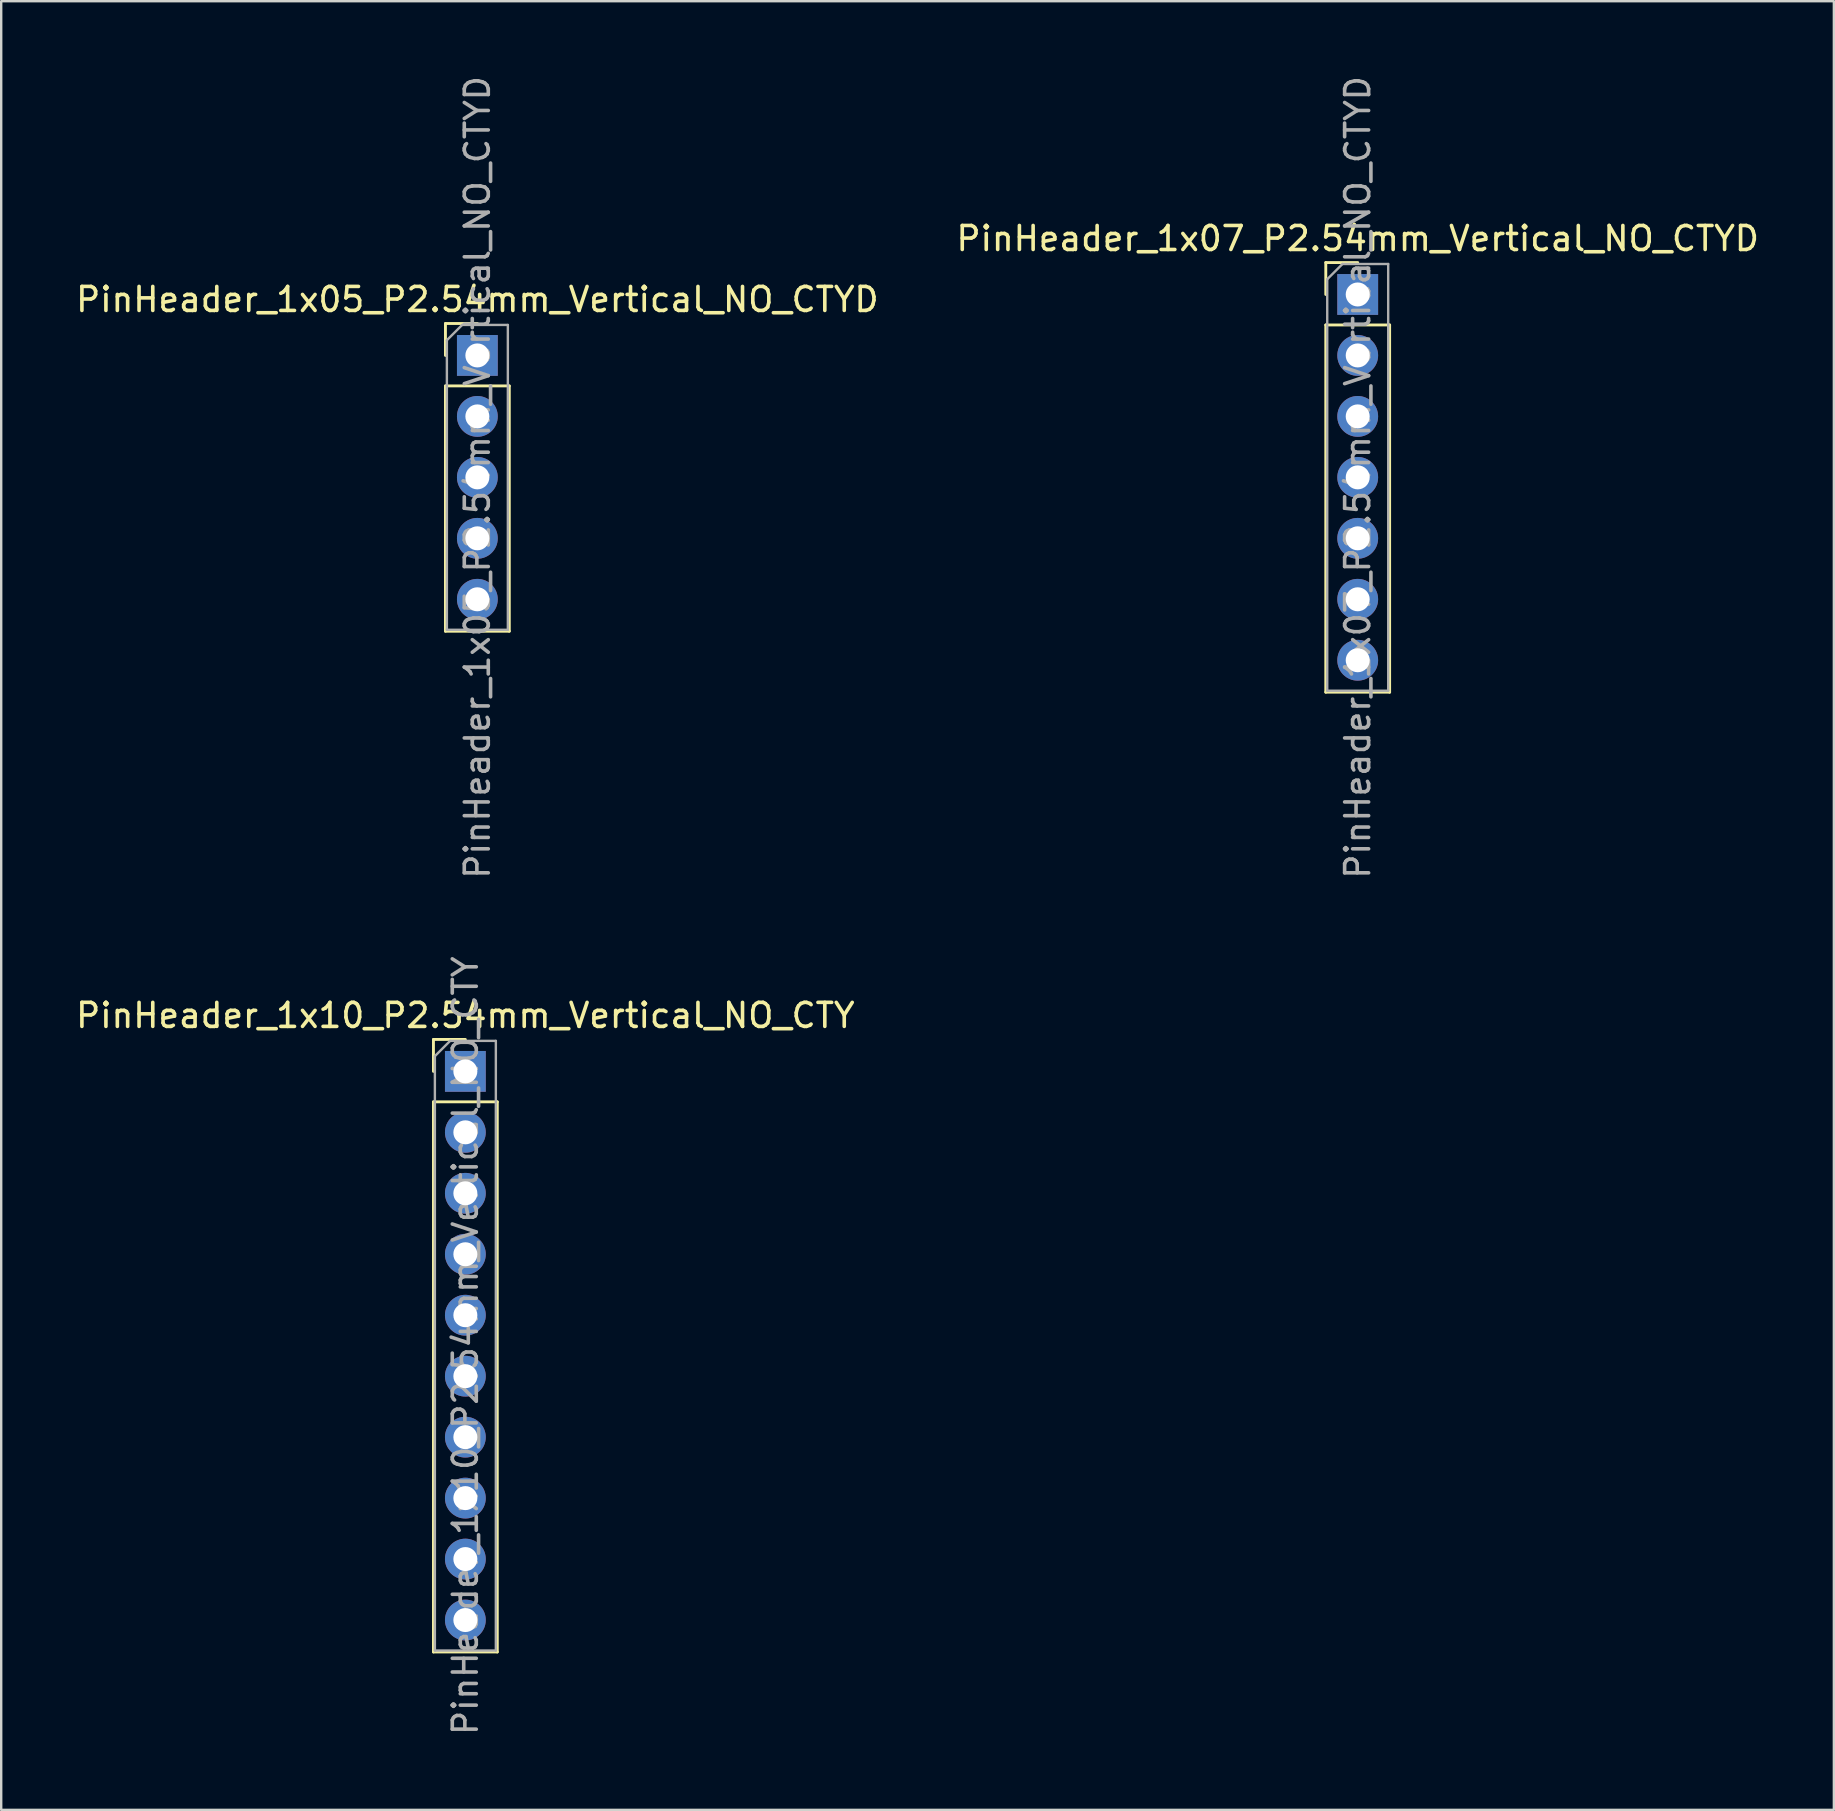
<source format=kicad_pcb>
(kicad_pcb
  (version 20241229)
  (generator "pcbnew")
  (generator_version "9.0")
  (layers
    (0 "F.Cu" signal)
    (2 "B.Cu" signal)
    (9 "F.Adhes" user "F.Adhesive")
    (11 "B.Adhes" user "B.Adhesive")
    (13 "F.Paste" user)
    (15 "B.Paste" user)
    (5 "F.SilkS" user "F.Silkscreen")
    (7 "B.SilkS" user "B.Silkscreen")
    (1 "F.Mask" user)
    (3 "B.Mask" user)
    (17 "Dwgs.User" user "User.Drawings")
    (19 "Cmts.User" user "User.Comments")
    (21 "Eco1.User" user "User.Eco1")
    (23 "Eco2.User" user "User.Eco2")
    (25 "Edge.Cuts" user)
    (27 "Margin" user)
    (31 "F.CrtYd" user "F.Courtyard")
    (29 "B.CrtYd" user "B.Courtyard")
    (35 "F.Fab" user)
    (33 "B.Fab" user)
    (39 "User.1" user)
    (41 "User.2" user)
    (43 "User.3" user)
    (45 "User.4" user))
  (footprint "PinHeader_1x05_P2.54mm_Vertical_NO_CTYD"
    (layer "F.Cu")
    (at 16.839 11.759)
    (property "Reference" "PinHeader_1x05_P2.54mm_Vertical_NO_CTYD" (at 0 -2.33 0) (layer "F.SilkS") (effects (font (size 1 1) (thickness 0.15))))
    (attr through_hole)
    (fp_line (start -1.33 -1.33) (end 0 -1.33) (stroke (width 0.12) (type solid)) (layer "F.SilkS"))
    (fp_line (start -1.33 0) (end -1.33 -1.33) (stroke (width 0.12) (type solid)) (layer "F.SilkS"))
    (fp_line (start -1.33 1.27) (end -1.33 11.49) (stroke (width 0.12) (type solid)) (layer "F.SilkS"))
    (fp_line (start -1.33 1.27) (end 1.33 1.27) (stroke (width 0.12) (type solid)) (layer "F.SilkS"))
    (fp_line (start -1.33 11.49) (end 1.33 11.49) (stroke (width 0.12) (type solid)) (layer "F.SilkS"))
    (fp_line (start 1.33 1.27) (end 1.33 11.49) (stroke (width 0.12) (type solid)) (layer "F.SilkS"))
    (fp_line (start -1.27 -0.635) (end -0.635 -1.27) (stroke (width 0.1) (type solid)) (layer "F.Fab"))
    (fp_line (start -1.27 11.43) (end -1.27 -0.635) (stroke (width 0.1) (type solid)) (layer "F.Fab"))
    (fp_line (start -0.635 -1.27) (end 1.27 -1.27) (stroke (width 0.1) (type solid)) (layer "F.Fab"))
    (fp_line (start 1.27 -1.27) (end 1.27 11.43) (stroke (width 0.1) (type solid)) (layer "F.Fab"))
    (fp_line (start 1.27 11.43) (end -1.27 11.43) (stroke (width 0.1) (type solid)) (layer "F.Fab"))
    (fp_text user "${REFERENCE}" (at 0 5.08 90) (layer "F.Fab") (effects (font (size 1 1) (thickness 0.15))))
    (pad "1" thru_hole rect (at 0 0) (size 1.7 1.7) (drill 1) (layers "*.Cu" "*.Mask"))
    (pad "2" thru_hole oval (at 0 2.54) (size 1.7 1.7) (drill 1) (layers "*.Cu" "*.Mask"))
    (pad "3" thru_hole oval (at 0 5.08) (size 1.7 1.7) (drill 1) (layers "*.Cu" "*.Mask"))
    (pad "4" thru_hole oval (at 0 7.62) (size 1.7 1.7) (drill 1) (layers "*.Cu" "*.Mask"))
    (pad "5" thru_hole oval (at 0 10.16) (size 1.7 1.7) (drill 1) (layers "*.Cu" "*.Mask")))
  (footprint "PinHeader_1x07_P2.54mm_Vertical_NO_CTYD"
    (layer "F.Cu")
    (at 53.518 9.219)
    (property "Reference" "PinHeader_1x07_P2.54mm_Vertical_NO_CTYD" (at 0 -2.33 0) (layer "F.SilkS") (effects (font (size 1 1) (thickness 0.15))))
    (attr through_hole)
    (fp_line (start -1.33 -1.33) (end 0 -1.33) (stroke (width 0.12) (type solid)) (layer "F.SilkS"))
    (fp_line (start -1.33 0) (end -1.33 -1.33) (stroke (width 0.12) (type solid)) (layer "F.SilkS"))
    (fp_line (start -1.33 1.27) (end -1.33 16.57) (stroke (width 0.12) (type solid)) (layer "F.SilkS"))
    (fp_line (start -1.33 1.27) (end 1.33 1.27) (stroke (width 0.12) (type solid)) (layer "F.SilkS"))
    (fp_line (start -1.33 16.57) (end 1.33 16.57) (stroke (width 0.12) (type solid)) (layer "F.SilkS"))
    (fp_line (start 1.33 1.27) (end 1.33 16.57) (stroke (width 0.12) (type solid)) (layer "F.SilkS"))
    (fp_line (start -1.27 -0.635) (end -0.635 -1.27) (stroke (width 0.1) (type solid)) (layer "F.Fab"))
    (fp_line (start -1.27 16.51) (end -1.27 -0.635) (stroke (width 0.1) (type solid)) (layer "F.Fab"))
    (fp_line (start -0.635 -1.27) (end 1.27 -1.27) (stroke (width 0.1) (type solid)) (layer "F.Fab"))
    (fp_line (start 1.27 -1.27) (end 1.27 16.51) (stroke (width 0.1) (type solid)) (layer "F.Fab"))
    (fp_line (start 1.27 16.51) (end -1.27 16.51) (stroke (width 0.1) (type solid)) (layer "F.Fab"))
    (fp_text user "${REFERENCE}" (at 0 7.62 90) (layer "F.Fab") (effects (font (size 1 1) (thickness 0.15))))
    (pad "1" thru_hole rect (at 0 0) (size 1.7 1.7) (drill 1) (layers "*.Cu" "*.Mask"))
    (pad "2" thru_hole oval (at 0 2.54) (size 1.7 1.7) (drill 1) (layers "*.Cu" "*.Mask"))
    (pad "3" thru_hole oval (at 0 5.08) (size 1.7 1.7) (drill 1) (layers "*.Cu" "*.Mask"))
    (pad "4" thru_hole oval (at 0 7.62) (size 1.7 1.7) (drill 1) (layers "*.Cu" "*.Mask"))
    (pad "5" thru_hole oval (at 0 10.16) (size 1.7 1.7) (drill 1) (layers "*.Cu" "*.Mask"))
    (pad "6" thru_hole oval (at 0 12.7) (size 1.7 1.7) (drill 1) (layers "*.Cu" "*.Mask"))
    (pad "7" thru_hole oval (at 0 15.24) (size 1.7 1.7) (drill 1) (layers "*.Cu" "*.Mask")))
  (footprint "PinHeader_1x10_P2.54mm_Vertical_NO_CTY"
    (layer "F.Cu")
    (at 16.339 41.588)
    (property "Reference" "PinHeader_1x10_P2.54mm_Vertical_NO_CTY" (at 0 -2.33 0) (layer "F.SilkS") (effects (font (size 1 1) (thickness 0.15))))
    (attr through_hole)
    (fp_line (start -1.33 -1.33) (end 0 -1.33) (stroke (width 0.12) (type solid)) (layer "F.SilkS"))
    (fp_line (start -1.33 0) (end -1.33 -1.33) (stroke (width 0.12) (type solid)) (layer "F.SilkS"))
    (fp_line (start -1.33 1.27) (end -1.33 24.19) (stroke (width 0.12) (type solid)) (layer "F.SilkS"))
    (fp_line (start -1.33 1.27) (end 1.33 1.27) (stroke (width 0.12) (type solid)) (layer "F.SilkS"))
    (fp_line (start -1.33 24.19) (end 1.33 24.19) (stroke (width 0.12) (type solid)) (layer "F.SilkS"))
    (fp_line (start 1.33 1.27) (end 1.33 24.19) (stroke (width 0.12) (type solid)) (layer "F.SilkS"))
    (fp_line (start -1.27 -0.635) (end -0.635 -1.27) (stroke (width 0.1) (type solid)) (layer "F.Fab"))
    (fp_line (start -1.27 24.13) (end -1.27 -0.635) (stroke (width 0.1) (type solid)) (layer "F.Fab"))
    (fp_line (start -0.635 -1.27) (end 1.27 -1.27) (stroke (width 0.1) (type solid)) (layer "F.Fab"))
    (fp_line (start 1.27 -1.27) (end 1.27 24.13) (stroke (width 0.1) (type solid)) (layer "F.Fab"))
    (fp_line (start 1.27 24.13) (end -1.27 24.13) (stroke (width 0.1) (type solid)) (layer "F.Fab"))
    (fp_text user "${REFERENCE}" (at 0 11.43 90) (layer "F.Fab") (effects (font (size 1 1) (thickness 0.15))))
    (pad "1" thru_hole rect (at 0 0) (size 1.7 1.7) (drill 1) (layers "*.Cu" "*.Mask"))
    (pad "2" thru_hole oval (at 0 2.54) (size 1.7 1.7) (drill 1) (layers "*.Cu" "*.Mask"))
    (pad "3" thru_hole oval (at 0 5.08) (size 1.7 1.7) (drill 1) (layers "*.Cu" "*.Mask"))
    (pad "4" thru_hole oval (at 0 7.62) (size 1.7 1.7) (drill 1) (layers "*.Cu" "*.Mask"))
    (pad "5" thru_hole oval (at 0 10.16) (size 1.7 1.7) (drill 1) (layers "*.Cu" "*.Mask"))
    (pad "6" thru_hole oval (at 0 12.7) (size 1.7 1.7) (drill 1) (layers "*.Cu" "*.Mask"))
    (pad "7" thru_hole oval (at 0 15.24) (size 1.7 1.7) (drill 1) (layers "*.Cu" "*.Mask"))
    (pad "8" thru_hole oval (at 0 17.78) (size 1.7 1.7) (drill 1) (layers "*.Cu" "*.Mask"))
    (pad "9" thru_hole oval (at 0 20.32) (size 1.7 1.7) (drill 1) (layers "*.Cu" "*.Mask"))
    (pad "10" thru_hole oval (at 0 22.86) (size 1.7 1.7) (drill 1) (layers "*.Cu" "*.Mask")))
  (gr_rect
    (start -3 -3)
    (end 73.357 72.357)
    (stroke (width 0.1) (type default))
    (fill no)
    (layer "Edge.Cuts")))
</source>
